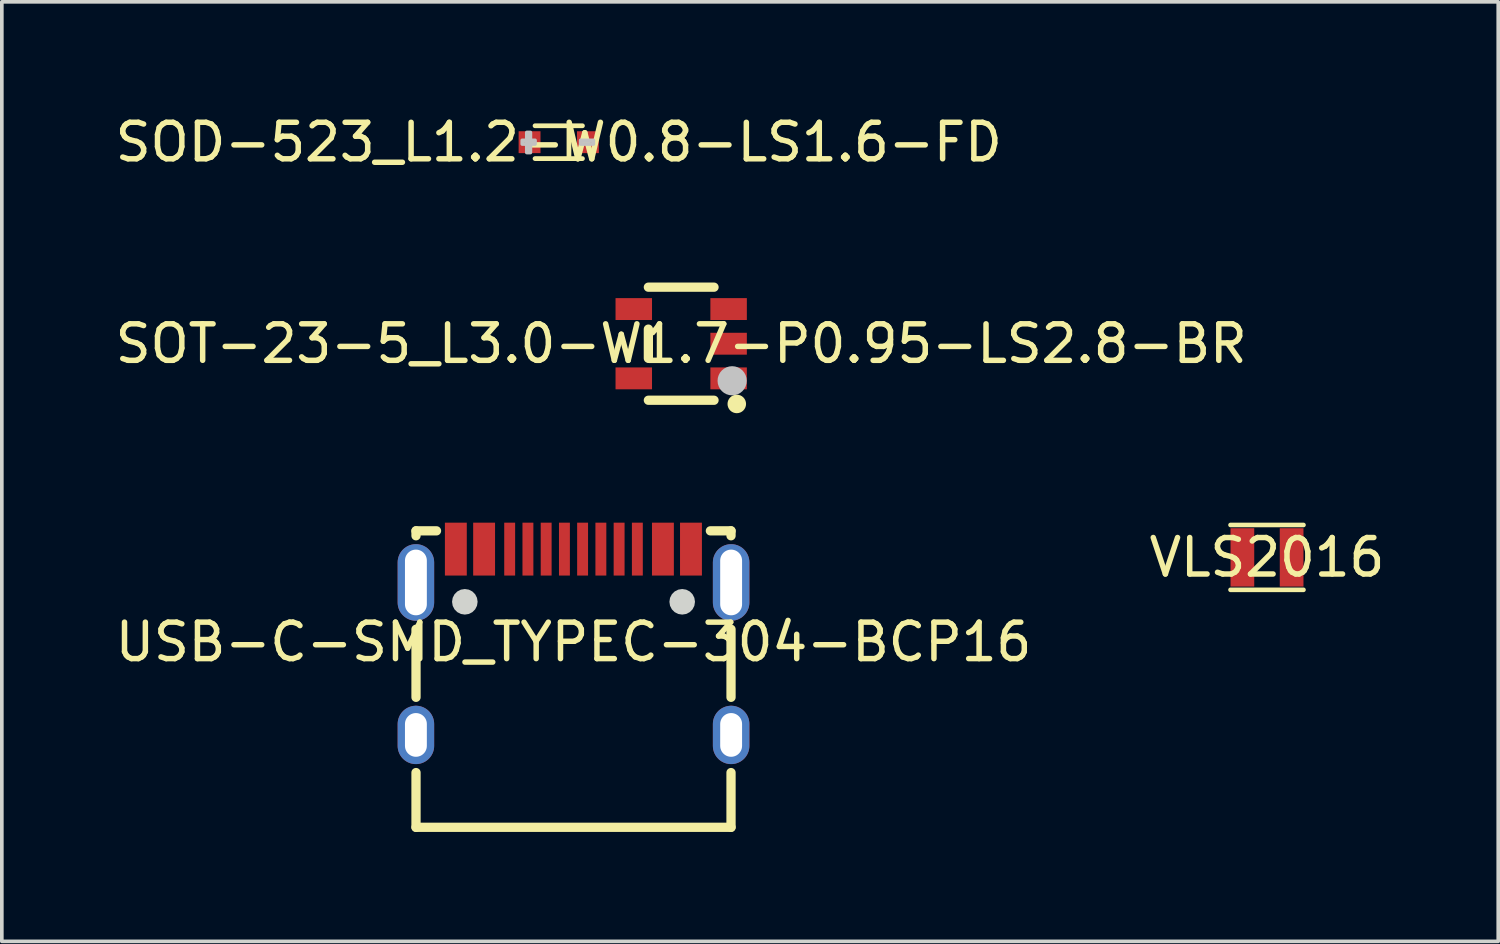
<source format=kicad_pcb>
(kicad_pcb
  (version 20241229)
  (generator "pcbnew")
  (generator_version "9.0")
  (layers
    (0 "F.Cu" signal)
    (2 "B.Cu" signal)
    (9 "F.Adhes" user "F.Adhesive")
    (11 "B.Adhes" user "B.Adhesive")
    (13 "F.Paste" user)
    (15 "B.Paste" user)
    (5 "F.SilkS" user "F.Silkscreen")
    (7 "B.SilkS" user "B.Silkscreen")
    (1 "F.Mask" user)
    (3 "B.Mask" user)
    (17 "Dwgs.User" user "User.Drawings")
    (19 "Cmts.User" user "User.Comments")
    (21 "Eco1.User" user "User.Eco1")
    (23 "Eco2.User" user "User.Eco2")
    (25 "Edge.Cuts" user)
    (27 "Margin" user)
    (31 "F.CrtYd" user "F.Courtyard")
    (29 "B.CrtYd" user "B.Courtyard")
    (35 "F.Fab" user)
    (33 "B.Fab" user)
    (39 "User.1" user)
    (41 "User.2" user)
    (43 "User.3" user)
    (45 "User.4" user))
  (footprint "VLS2016"
    (layer "F.Cu")
    (at 31.685 12.231)
    (property "Reference" "VLS2016" (at 0 0 0) (layer "F.SilkS") (effects (font (size 1 1) (thickness 0.15))))
    (fp_line (start -1 -0.889) (end 1 -0.889) (stroke (width 0.127) (type default)) (layer "F.SilkS"))
    (fp_line (start -1 0.889) (end 1 0.889) (stroke (width 0.127) (type default)) (layer "F.SilkS"))
    (pad "1" smd rect (at 0.675 0 90) (size 1.6 0.65) (layers "F.Cu" "F.Mask" "F.Paste"))
    (pad "2" smd rect (at -0.675 0 90) (size 1.6 0.65) (layers "F.Cu" "F.Mask" "F.Paste")))
  (footprint "USB-C-SMD_TYPEC-304-BCP16"
    (layer "F.Cu")
    (at 12.673 14.551)
    (property "Reference" "USB-C-SMD_TYPEC-304-BCP16" (at 0 0 0) (layer "F.SilkS") (effects (font (size 1 1) (thickness 0.15))))
    (fp_line (start -4.318 -3.048) (end -4.318 -2.913) (stroke (width 0.254) (type default)) (layer "F.SilkS"))
    (fp_line (start -4.318 -0.35) (end -4.318 1.516) (stroke (width 0.254) (type default)) (layer "F.SilkS"))
    (fp_line (start -4.318 3.579) (end -4.318 5.08) (stroke (width 0.254) (type default)) (layer "F.SilkS"))
    (fp_line (start -4.318 5.08) (end 4.318 5.08) (stroke (width 0.254) (type default)) (layer "F.SilkS"))
    (fp_line (start -3.756 -3.048) (end -4.318 -3.048) (stroke (width 0.254) (type default)) (layer "F.SilkS"))
    (fp_line (start 4.318 -3.048) (end 3.752 -3.048) (stroke (width 0.254) (type default)) (layer "F.SilkS"))
    (fp_line (start 4.318 -2.913) (end 4.318 -3.048) (stroke (width 0.254) (type default)) (layer "F.SilkS"))
    (fp_line (start 4.318 1.516) (end 4.318 -0.35) (stroke (width 0.254) (type default)) (layer "F.SilkS"))
    (fp_line (start 4.318 5.08) (end 4.318 3.579) (stroke (width 0.254) (type default)) (layer "F.SilkS"))
    (fp_poly (pts (xy -2.629 -1.103) (xy -2.646 -1.211) (xy -2.696 -1.309) (xy -2.773 -1.386) (xy -2.871 -1.436) (xy -2.979 -1.453) (xy -3.088 -1.436) (xy -3.186 -1.386) (xy -3.263 -1.309) (xy -3.313 -1.211) (xy -3.33 -1.103) (xy -3.313 -0.994) (xy -3.263 -0.896) (xy -3.186 -0.819) (xy -3.088 -0.769) (xy -2.979 -0.752) (xy -2.871 -0.769) (xy -2.773 -0.819) (xy -2.696 -0.896) (xy -2.646 -0.994)) (stroke (width 0) (type default)) (fill yes) (layer "Edge.Cuts"))
    (fp_poly (pts (xy 3.33 -1.103) (xy 3.313 -1.211) (xy 3.263 -1.309) (xy 3.186 -1.386) (xy 3.088 -1.436) (xy 2.979 -1.453) (xy 2.871 -1.436) (xy 2.773 -1.386) (xy 2.696 -1.309) (xy 2.646 -1.211) (xy 2.629 -1.103) (xy 2.646 -0.994) (xy 2.696 -0.896) (xy 2.773 -0.819) (xy 2.871 -0.769) (xy 2.979 -0.752) (xy 3.088 -0.769) (xy 3.186 -0.819) (xy 3.263 -0.896) (xy 3.313 -0.994)) (stroke (width 0) (type default)) (fill yes) (layer "Edge.Cuts"))
    (fp_poly (pts (xy -4.471 -2.156) (xy -4.17 -2.156) (xy -4.17 -1.107) (xy -4.471 -1.107)) (stroke (width 0.1) (type default)) (fill no) (layer "User.1"))
    (fp_poly (pts (xy -4.471 2.147) (xy -4.17 2.147) (xy -4.17 2.946) (xy -4.471 2.946)) (stroke (width 0.1) (type default)) (fill no) (layer "User.1"))
    (fp_poly (pts (xy -3.424 -2.647) (xy -3.025 -2.647) (xy -3.025 -1.847) (xy -3.424 -1.847)) (stroke (width 0.1) (type default)) (fill no) (layer "User.1"))
    (fp_poly (pts (xy -2.649 -2.647) (xy -2.251 -2.647) (xy -2.251 -1.847) (xy -2.649 -1.847)) (stroke (width 0.1) (type default)) (fill no) (layer "User.1"))
    (fp_poly (pts (xy -1.849 -2.647) (xy -1.651 -2.647) (xy -1.651 -1.847) (xy -1.849 -1.847)) (stroke (width 0.1) (type default)) (fill no) (layer "User.1"))
    (fp_poly (pts (xy -1.359 -2.631) (xy -1.161 -2.631) (xy -1.161 -1.831) (xy -1.359 -1.831)) (stroke (width 0.1) (type default)) (fill no) (layer "User.1"))
    (fp_poly (pts (xy -0.851 -2.647) (xy -0.65 -2.647) (xy -0.65 -1.847) (xy -0.851 -1.847)) (stroke (width 0.1) (type default)) (fill no) (layer "User.1"))
    (fp_poly (pts (xy -0.35 -2.647) (xy -0.15 -2.647) (xy -0.15 -1.847) (xy -0.35 -1.847)) (stroke (width 0.1) (type default)) (fill no) (layer "User.1"))
    (fp_poly (pts (xy 0.15 -2.647) (xy 0.35 -2.647) (xy 0.35 -1.847) (xy 0.15 -1.847)) (stroke (width 0.1) (type default)) (fill no) (layer "User.1"))
    (fp_poly (pts (xy 0.65 -2.647) (xy 0.851 -2.647) (xy 0.851 -1.847) (xy 0.65 -1.847)) (stroke (width 0.1) (type default)) (fill no) (layer "User.1"))
    (fp_poly (pts (xy 1.151 -2.647) (xy 1.351 -2.647) (xy 1.351 -1.847) (xy 1.151 -1.847)) (stroke (width 0.1) (type default)) (fill no) (layer "User.1"))
    (fp_poly (pts (xy 1.651 -2.647) (xy 1.849 -2.647) (xy 1.849 -1.847) (xy 1.651 -1.847)) (stroke (width 0.1) (type default)) (fill no) (layer "User.1"))
    (fp_poly (pts (xy 2.251 -2.647) (xy 2.649 -2.647) (xy 2.649 -1.847) (xy 2.251 -1.847)) (stroke (width 0.1) (type default)) (fill no) (layer "User.1"))
    (fp_poly (pts (xy 3.02 -2.647) (xy 3.419 -2.647) (xy 3.419 -1.847) (xy 3.02 -1.847)) (stroke (width 0.1) (type default)) (fill no) (layer "User.1"))
    (fp_poly (pts (xy 4.17 -2.156) (xy 4.471 -2.156) (xy 4.471 -1.107) (xy 4.17 -1.107)) (stroke (width 0.1) (type default)) (fill no) (layer "User.1"))
    (fp_poly (pts (xy 4.17 2.147) (xy 4.471 2.147) (xy 4.471 2.946) (xy 4.17 2.946)) (stroke (width 0.1) (type default)) (fill no) (layer "User.1"))
    (fp_poly (pts (xy -2.566 -1.103) (xy -2.586 -1.23) (xy -2.645 -1.346) (xy -2.736 -1.437) (xy -2.852 -1.496) (xy -2.979 -1.516) (xy -3.107 -1.496) (xy -3.223 -1.437) (xy -3.314 -1.346) (xy -3.373 -1.23) (xy -3.393 -1.103) (xy -3.373 -0.975) (xy -3.314 -0.859) (xy -3.223 -0.768) (xy -3.107 -0.709) (xy -2.979 -0.689) (xy -2.852 -0.709) (xy -2.736 -0.768) (xy -2.645 -0.859) (xy -2.586 -0.975)) (stroke (width 0.1) (type default)) (fill no) (layer "User.1"))
    (fp_poly (pts (xy 3.393 -1.103) (xy 3.373 -1.23) (xy 3.314 -1.346) (xy 3.223 -1.437) (xy 3.107 -1.496) (xy 2.979 -1.516) (xy 2.852 -1.496) (xy 2.736 -1.437) (xy 2.645 -1.346) (xy 2.586 -1.23) (xy 2.566 -1.103) (xy 2.586 -0.975) (xy 2.645 -0.859) (xy 2.736 -0.768) (xy 2.852 -0.709) (xy 2.979 -0.689) (xy 3.107 -0.709) (xy 3.223 -0.768) (xy 3.314 -0.859) (xy 3.373 -0.975)) (stroke (width 0.1) (type default)) (fill no) (layer "User.1"))
    (fp_line (start -4.445 -2.2) (end 4.455 -2.2) (stroke (width 0.051) (type default)) (layer "User.2"))
    (fp_line (start -4.445 5.101) (end -4.445 -2.2) (stroke (width 0.051) (type default)) (layer "User.2"))
    (fp_line (start 4.455 -2.2) (end 4.455 5.101) (stroke (width 0.051) (type default)) (layer "User.2"))
    (fp_line (start 4.455 5.101) (end -4.445 5.101) (stroke (width 0.051) (type default)) (layer "User.2"))
    (fp_circle (center -2.979 -1.103) (end -2.804 -1.103) (stroke (width 0.051) (type default)) (fill no) (layer "User.2"))
    (fp_circle (center 2.979 -1.103) (end 3.155 -1.103) (stroke (width 0.051) (type default)) (fill no) (layer "User.2"))
    (fp_poly (pts (xy -4.41 -2.647) (xy -4.427 -2.69) (xy -4.471 -2.708) (xy -4.514 -2.69) (xy -4.532 -2.647) (xy -4.514 -2.603) (xy -4.471 -2.586) (xy -4.427 -2.603)) (stroke (width 0.1) (type default)) (fill no) (layer "User.3"))
    (pad "13" thru_hole oval (at -4.321 -1.633) (size 1.001 2.1) (drill oval 0.6 1.801) (layers "*.Cu" "*.Mask"))
    (pad "14" thru_hole oval (at 4.321 -1.633) (size 1.001 2.1) (drill oval 0.6 1.801) (layers "*.Cu" "*.Mask"))
    (pad "15" thru_hole oval (at -4.321 2.547) (size 1.001 1.6) (drill oval 0.6 1.199) (layers "*.Cu" "*.Mask"))
    (pad "16" thru_hole oval (at 4.321 2.547) (size 1.001 1.6) (drill oval 0.6 1.199) (layers "*.Cu" "*.Mask"))
    (pad "A1B12" smd rect (at -3.226 -2.547) (size 0.6 1.45) (layers "F.Cu" "F.Mask" "F.Paste"))
    (pad "A4B9" smd rect (at -2.451 -2.547) (size 0.6 1.45) (layers "F.Cu" "F.Mask" "F.Paste"))
    (pad "A5" smd rect (at -1.25 -2.547) (size 0.299 1.45) (layers "F.Cu" "F.Mask" "F.Paste"))
    (pad "A6" smd rect (at -0.249 -2.547) (size 0.299 1.45) (layers "F.Cu" "F.Mask" "F.Paste"))
    (pad "A7" smd rect (at 0.249 -2.547) (size 0.299 1.45) (layers "F.Cu" "F.Mask" "F.Paste"))
    (pad "A8" smd rect (at 1.25 -2.547) (size 0.299 1.45) (layers "F.Cu" "F.Mask" "F.Paste"))
    (pad "B1A12" smd rect (at 3.22 -2.547) (size 0.6 1.45) (layers "F.Cu" "F.Mask" "F.Paste"))
    (pad "B4A9" smd rect (at 2.451 -2.547) (size 0.6 1.45) (layers "F.Cu" "F.Mask" "F.Paste"))
    (pad "B5" smd rect (at 1.75 -2.547) (size 0.299 1.45) (layers "F.Cu" "F.Mask" "F.Paste"))
    (pad "B6" smd rect (at 0.75 -2.547) (size 0.299 1.45) (layers "F.Cu" "F.Mask" "F.Paste"))
    (pad "B7" smd rect (at -0.75 -2.547) (size 0.299 1.45) (layers "F.Cu" "F.Mask" "F.Paste"))
    (pad "B8" smd rect (at -1.75 -2.547) (size 0.299 1.45) (layers "F.Cu" "F.Mask" "F.Paste")))
  (footprint "SOD-523_L1.2-W0.8-LS1.6-FD"
    (layer "F.Cu")
    (at 12.268 0.848)
    (property "Reference" "SOD-523_L1.2-W0.8-LS1.6-FD" (at 0 0 0) (layer "F.SilkS") (effects (font (size 1 1) (thickness 0.15))))
    (fp_line (start -0.65 -0.45) (end 0.65 -0.45) (stroke (width 0.13) (type default)) (layer "F.SilkS"))
    (fp_line (start -0.65 0.45) (end 0.65 0.45) (stroke (width 0.13) (type default)) (layer "F.SilkS"))
    (fp_line (start 0.28 -0.406) (end 0.28 0.445) (stroke (width 0.13) (type default)) (layer "F.SilkS"))
    (fp_poly (pts (xy -1.001 -0.051) (xy -0.65 -0.051) (xy -0.65 0.051) (xy -1.001 0.051)) (stroke (width 0.1) (type default)) (fill no) (layer "Dwgs.User"))
    (fp_poly (pts (xy -0.876 -0.267) (xy -0.777 -0.267) (xy -0.777 0.284) (xy -0.876 0.284)) (stroke (width 0.1) (type default)) (fill no) (layer "Dwgs.User"))
    (fp_poly (pts (xy 0.6 -0.051) (xy 0.95 -0.051) (xy 0.95 0.051) (xy 0.6 0.051)) (stroke (width 0.1) (type default)) (fill no) (layer "Dwgs.User"))
    (fp_poly (pts (xy -0.8 -0.15) (xy -0.508 -0.15) (xy -0.508 0.15) (xy -0.8 0.15)) (stroke (width 0.1) (type default)) (fill no) (layer "User.1"))
    (fp_poly (pts (xy 0.8 0.15) (xy 0.508 0.15) (xy 0.508 -0.15) (xy 0.8 -0.15)) (stroke (width 0.1) (type default)) (fill no) (layer "User.1"))
    (fp_line (start -0.6 -0.399) (end 0.6 -0.399) (stroke (width 0.051) (type default)) (layer "User.2"))
    (fp_line (start -0.6 0.399) (end -0.6 -0.399) (stroke (width 0.051) (type default)) (layer "User.2"))
    (fp_line (start 0.6 -0.399) (end 0.6 0.399) (stroke (width 0.051) (type default)) (layer "User.2"))
    (fp_line (start 0.6 0.399) (end -0.6 0.399) (stroke (width 0.051) (type default)) (layer "User.2"))
    (fp_poly (pts (xy -0.739 0.399) (xy -0.757 0.356) (xy -0.8 0.338) (xy -0.843 0.356) (xy -0.861 0.399) (xy -0.843 0.442) (xy -0.8 0.46) (xy -0.757 0.442)) (stroke (width 0.1) (type default)) (fill no) (layer "User.3"))
    (pad "1" smd rect (at -0.8 0) (size 0.6 0.6) (layers "F.Cu" "F.Mask" "F.Paste"))
    (pad "2" smd rect (at 0.8 0 180) (size 0.6 0.6) (layers "F.Cu" "F.Mask" "F.Paste")))
  (footprint "SOT-23-5_L3.0-W1.7-P0.95-LS2.8-BR"
    (layer "F.Cu")
    (at 15.625 6.373)
    (property "Reference" "SOT-23-5_L3.0-W1.7-P0.95-LS2.8-BR" (at 0 0 0) (layer "F.SilkS") (effects (font (size 1 1) (thickness 0.15))))
    (fp_line (start -0.9 -1.55) (end 0.9 -1.55) (stroke (width 0.254) (type default)) (layer "F.SilkS"))
    (fp_line (start -0.9 0.4) (end -0.9 -0.4) (stroke (width 0.254) (type default)) (layer "F.SilkS"))
    (fp_line (start -0.9 1.55) (end 0.9 1.55) (stroke (width 0.254) (type default)) (layer "F.SilkS"))
    (fp_circle (center 1.524 1.651) (end 1.651 1.651) (stroke (width 0.254) (type default)) (fill no) (layer "F.SilkS"))
    (fp_circle (center 1.397 1.016) (end 1.597 1.016) (stroke (width 0.4) (type default)) (fill no) (layer "Dwgs.User"))
    (fp_poly (pts (xy -1.4 -0.75) (xy -1.4 -1.15) (xy -0.95 -1.15) (xy -0.95 -0.75)) (stroke (width 0.1) (type default)) (fill no) (layer "User.1"))
    (fp_poly (pts (xy -1.4 1.15) (xy -1.4 0.75) (xy -0.95 0.75) (xy -0.95 1.15)) (stroke (width 0.1) (type default)) (fill no) (layer "User.1"))
    (fp_poly (pts (xy -0.96 -0.75) (xy -0.96 -1.15) (xy -0.79 -1.15) (xy -0.79 -0.75)) (stroke (width 0.1) (type default)) (fill no) (layer "User.1"))
    (fp_poly (pts (xy -0.96 1.15) (xy -0.96 0.75) (xy -0.79 0.75) (xy -0.79 1.15)) (stroke (width 0.1) (type default)) (fill no) (layer "User.1"))
    (fp_poly (pts (xy 0.79 -0.75) (xy 0.79 -1.15) (xy 0.96 -1.15) (xy 0.96 -0.75)) (stroke (width 0.1) (type default)) (fill no) (layer "User.1"))
    (fp_poly (pts (xy 0.79 0.2) (xy 0.79 -0.2) (xy 0.96 -0.2) (xy 0.96 0.2)) (stroke (width 0.1) (type default)) (fill no) (layer "User.1"))
    (fp_poly (pts (xy 0.79 1.15) (xy 0.79 0.75) (xy 0.96 0.75) (xy 0.96 1.15)) (stroke (width 0.1) (type default)) (fill no) (layer "User.1"))
    (fp_poly (pts (xy 0.95 -0.75) (xy 0.95 -1.15) (xy 1.4 -1.15) (xy 1.4 -0.75)) (stroke (width 0.1) (type default)) (fill no) (layer "User.1"))
    (fp_poly (pts (xy 0.95 0.2) (xy 0.95 -0.2) (xy 1.4 -0.2) (xy 1.4 0.2)) (stroke (width 0.1) (type default)) (fill no) (layer "User.1"))
    (fp_poly (pts (xy 0.95 1.15) (xy 0.95 0.75) (xy 1.4 0.75) (xy 1.4 1.15)) (stroke (width 0.1) (type default)) (fill no) (layer "User.1"))
    (fp_line (start -0.8 -1.45) (end 0.8 -1.45) (stroke (width 0.051) (type default)) (layer "User.2"))
    (fp_line (start -0.8 1.45) (end -0.8 -1.45) (stroke (width 0.051) (type default)) (layer "User.2"))
    (fp_line (start 0.8 -1.45) (end 0.8 1.45) (stroke (width 0.051) (type default)) (layer "User.2"))
    (fp_line (start 0.8 1.45) (end -0.8 1.45) (stroke (width 0.051) (type default)) (layer "User.2"))
    (fp_poly (pts (xy 1.46 1.45) (xy 1.442 1.408) (xy 1.4 1.39) (xy 1.358 1.408) (xy 1.34 1.45) (xy 1.358 1.492) (xy 1.4 1.51) (xy 1.442 1.492)) (stroke (width 0.1) (type default)) (fill no) (layer "User.3"))
    (pad "1" smd rect (at 1.3 0.95) (size 1 0.6) (layers "F.Cu" "F.Mask" "F.Paste"))
    (pad "2" smd rect (at 1.3 0) (size 1 0.6) (layers "F.Cu" "F.Mask" "F.Paste"))
    (pad "3" smd rect (at 1.3 -0.95) (size 1 0.6) (layers "F.Cu" "F.Mask" "F.Paste"))
    (pad "4" smd rect (at -1.3 -0.95) (size 1 0.6) (layers "F.Cu" "F.Mask" "F.Paste"))
    (pad "5" smd rect (at -1.3 0.95) (size 1 0.6) (layers "F.Cu" "F.Mask" "F.Paste")))
  (gr_rect
    (start -3 -3)
    (end 38.024 22.758)
    (stroke (width 0.1) (type default))
    (fill no)
    (layer "Edge.Cuts")))
</source>
